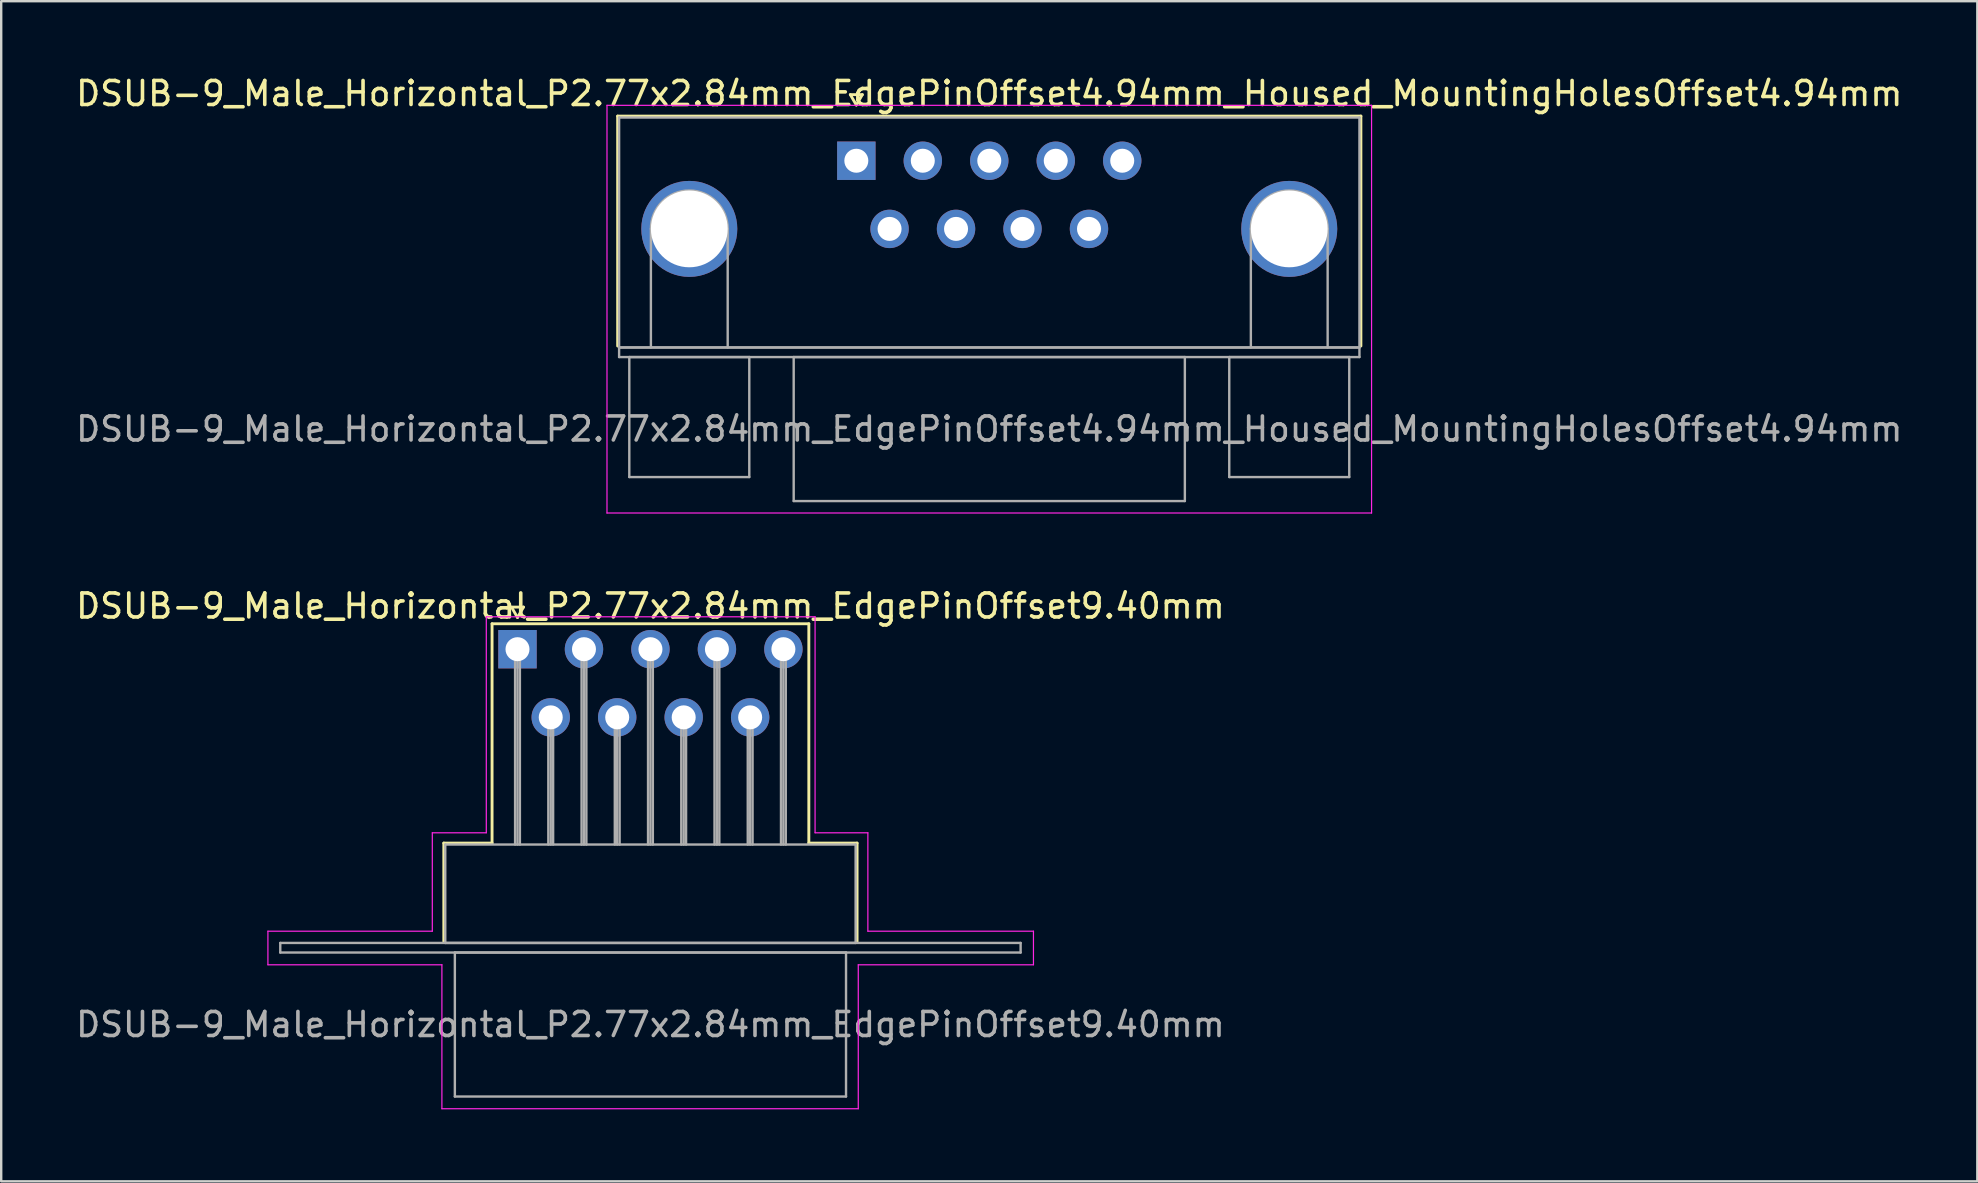
<source format=kicad_pcb>
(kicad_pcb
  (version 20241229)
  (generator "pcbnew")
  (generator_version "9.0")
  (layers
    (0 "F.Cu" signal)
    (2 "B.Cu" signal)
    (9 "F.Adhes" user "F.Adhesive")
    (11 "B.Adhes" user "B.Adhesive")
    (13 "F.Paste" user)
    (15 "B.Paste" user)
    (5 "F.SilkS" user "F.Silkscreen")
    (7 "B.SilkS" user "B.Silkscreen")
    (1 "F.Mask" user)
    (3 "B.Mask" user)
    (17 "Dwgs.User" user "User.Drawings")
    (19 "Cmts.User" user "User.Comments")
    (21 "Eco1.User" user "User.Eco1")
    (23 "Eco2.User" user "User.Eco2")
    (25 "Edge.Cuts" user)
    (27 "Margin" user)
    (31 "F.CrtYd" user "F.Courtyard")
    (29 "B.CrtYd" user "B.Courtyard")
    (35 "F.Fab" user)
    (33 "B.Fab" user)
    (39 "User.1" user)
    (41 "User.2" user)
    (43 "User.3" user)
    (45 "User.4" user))
  (footprint "DSUB-9_Male_Horizontal_P2.77x2.84mm_EdgePinOffset4.94mm_Housed_MountingHolesOffset4.94mm"
    (layer "F.Cu")
    (at 32.633 3.648)
    (property "Reference" "DSUB-9_Male_Horizontal_P2.77x2.84mm_EdgePinOffset4.94mm_Housed_MountingHolesOffset4.94mm" (at 5.54 -2.8 0) (layer "F.SilkS") (effects (font (size 1 1) (thickness 0.15))))
    (attr through_hole)
    (fp_line (start -9.945 -1.86) (end 21.025 -1.86) (stroke (width 0.12) (type solid)) (layer "F.SilkS"))
    (fp_line (start -9.945 7.72) (end -9.945 -1.86) (stroke (width 0.12) (type solid)) (layer "F.SilkS"))
    (fp_line (start -0.25 -2.754) (end 0.25 -2.754) (stroke (width 0.12) (type solid)) (layer "F.SilkS"))
    (fp_line (start 0 -2.321) (end -0.25 -2.754) (stroke (width 0.12) (type solid)) (layer "F.SilkS"))
    (fp_line (start 0.25 -2.754) (end 0 -2.321) (stroke (width 0.12) (type solid)) (layer "F.SilkS"))
    (fp_line (start 21.025 -1.86) (end 21.025 7.72) (stroke (width 0.12) (type solid)) (layer "F.SilkS"))
    (fp_line (start -10.39 -2.31) (end -10.39 14.68) (stroke (width 0.05) (type solid)) (layer "F.CrtYd"))
    (fp_line (start -10.39 14.68) (end 21.47 14.68) (stroke (width 0.05) (type solid)) (layer "F.CrtYd"))
    (fp_line (start 21.47 -2.31) (end -10.39 -2.31) (stroke (width 0.05) (type solid)) (layer "F.CrtYd"))
    (fp_line (start 21.47 14.68) (end 21.47 -2.31) (stroke (width 0.05) (type solid)) (layer "F.CrtYd"))
    (fp_line (start -9.885 -1.8) (end -9.885 7.78) (stroke (width 0.1) (type solid)) (layer "F.Fab"))
    (fp_line (start -9.885 7.78) (end -9.885 8.18) (stroke (width 0.1) (type solid)) (layer "F.Fab"))
    (fp_line (start -9.885 7.78) (end 20.965 7.78) (stroke (width 0.1) (type solid)) (layer "F.Fab"))
    (fp_line (start -9.885 8.18) (end 20.965 8.18) (stroke (width 0.1) (type solid)) (layer "F.Fab"))
    (fp_line (start -9.46 8.18) (end -9.46 13.18) (stroke (width 0.1) (type solid)) (layer "F.Fab"))
    (fp_line (start -9.46 13.18) (end -4.46 13.18) (stroke (width 0.1) (type solid)) (layer "F.Fab"))
    (fp_line (start -8.56 7.78) (end -8.56 2.84) (stroke (width 0.1) (type solid)) (layer "F.Fab"))
    (fp_line (start -5.36 7.78) (end -5.36 2.84) (stroke (width 0.1) (type solid)) (layer "F.Fab"))
    (fp_line (start -4.46 8.18) (end -9.46 8.18) (stroke (width 0.1) (type solid)) (layer "F.Fab"))
    (fp_line (start -4.46 13.18) (end -4.46 8.18) (stroke (width 0.1) (type solid)) (layer "F.Fab"))
    (fp_line (start -2.61 8.18) (end -2.61 14.18) (stroke (width 0.1) (type solid)) (layer "F.Fab"))
    (fp_line (start -2.61 14.18) (end 13.69 14.18) (stroke (width 0.1) (type solid)) (layer "F.Fab"))
    (fp_line (start 13.69 8.18) (end -2.61 8.18) (stroke (width 0.1) (type solid)) (layer "F.Fab"))
    (fp_line (start 13.69 14.18) (end 13.69 8.18) (stroke (width 0.1) (type solid)) (layer "F.Fab"))
    (fp_line (start 15.54 8.18) (end 15.54 13.18) (stroke (width 0.1) (type solid)) (layer "F.Fab"))
    (fp_line (start 15.54 13.18) (end 20.54 13.18) (stroke (width 0.1) (type solid)) (layer "F.Fab"))
    (fp_line (start 16.44 7.78) (end 16.44 2.84) (stroke (width 0.1) (type solid)) (layer "F.Fab"))
    (fp_line (start 19.64 7.78) (end 19.64 2.84) (stroke (width 0.1) (type solid)) (layer "F.Fab"))
    (fp_line (start 20.54 8.18) (end 15.54 8.18) (stroke (width 0.1) (type solid)) (layer "F.Fab"))
    (fp_line (start 20.54 13.18) (end 20.54 8.18) (stroke (width 0.1) (type solid)) (layer "F.Fab"))
    (fp_line (start 20.965 -1.8) (end -9.885 -1.8) (stroke (width 0.1) (type solid)) (layer "F.Fab"))
    (fp_line (start 20.965 7.78) (end -9.885 7.78) (stroke (width 0.1) (type solid)) (layer "F.Fab"))
    (fp_line (start 20.965 7.78) (end 20.965 -1.8) (stroke (width 0.1) (type solid)) (layer "F.Fab"))
    (fp_line (start 20.965 8.18) (end 20.965 7.78) (stroke (width 0.1) (type solid)) (layer "F.Fab"))
    (fp_arc (start -8.56 2.84) (mid -6.96 1.24) (end -5.36 2.84) (stroke (width 0.1) (type solid)) (layer "F.Fab"))
    (fp_arc (start 16.44 2.84) (mid 18.04 1.24) (end 19.64 2.84) (stroke (width 0.1) (type solid)) (layer "F.Fab"))
    (fp_text user "${REFERENCE}" (at 5.54 11.18 0) (layer "F.Fab") (effects (font (size 1 1) (thickness 0.15))))
    (pad "0" thru_hole circle (at -6.96 2.84) (size 4 4) (drill 3.2) (layers "*.Cu" "*.Mask"))
    (pad "0" thru_hole circle (at 18.04 2.84) (size 4 4) (drill 3.2) (layers "*.Cu" "*.Mask"))
    (pad "1" thru_hole rect (at 0 0) (size 1.6 1.6) (drill 1) (layers "*.Cu" "*.Mask"))
    (pad "2" thru_hole circle (at 2.77 0) (size 1.6 1.6) (drill 1) (layers "*.Cu" "*.Mask"))
    (pad "3" thru_hole circle (at 5.54 0) (size 1.6 1.6) (drill 1) (layers "*.Cu" "*.Mask"))
    (pad "4" thru_hole circle (at 8.31 0) (size 1.6 1.6) (drill 1) (layers "*.Cu" "*.Mask"))
    (pad "5" thru_hole circle (at 11.08 0) (size 1.6 1.6) (drill 1) (layers "*.Cu" "*.Mask"))
    (pad "6" thru_hole circle (at 1.385 2.84) (size 1.6 1.6) (drill 1) (layers "*.Cu" "*.Mask"))
    (pad "7" thru_hole circle (at 4.155 2.84) (size 1.6 1.6) (drill 1) (layers "*.Cu" "*.Mask"))
    (pad "8" thru_hole circle (at 6.925 2.84) (size 1.6 1.6) (drill 1) (layers "*.Cu" "*.Mask"))
    (pad "9" thru_hole circle (at 9.695 2.84) (size 1.6 1.6) (drill 1) (layers "*.Cu" "*.Mask")))
  (footprint "DSUB-9_Male_Horizontal_P2.77x2.84mm_EdgePinOffset9.40mm"
    (layer "F.Cu")
    (at 18.514 24.002)
    (property "Reference" "DSUB-9_Male_Horizontal_P2.77x2.84mm_EdgePinOffset9.40mm" (at 5.54 -1.8 0) (layer "F.SilkS") (effects (font (size 1 1) (thickness 0.15))))
    (attr through_hole)
    (fp_line (start -3.07 8.08) (end -1.06 8.08) (stroke (width 0.12) (type solid)) (layer "F.SilkS"))
    (fp_line (start -3.07 12.18) (end -3.07 8.08) (stroke (width 0.12) (type solid)) (layer "F.SilkS"))
    (fp_line (start -1.06 -1.06) (end 12.14 -1.06) (stroke (width 0.12) (type solid)) (layer "F.SilkS"))
    (fp_line (start -1.06 8.08) (end -1.06 -1.06) (stroke (width 0.12) (type solid)) (layer "F.SilkS"))
    (fp_line (start -0.25 -1.754) (end 0.25 -1.754) (stroke (width 0.12) (type solid)) (layer "F.SilkS"))
    (fp_line (start 0 -1.321) (end -0.25 -1.754) (stroke (width 0.12) (type solid)) (layer "F.SilkS"))
    (fp_line (start 0.25 -1.754) (end 0 -1.321) (stroke (width 0.12) (type solid)) (layer "F.SilkS"))
    (fp_line (start 12.14 -1.06) (end 12.14 8.08) (stroke (width 0.12) (type solid)) (layer "F.SilkS"))
    (fp_line (start 12.14 8.08) (end 14.15 8.08) (stroke (width 0.12) (type solid)) (layer "F.SilkS"))
    (fp_line (start 14.15 8.08) (end 14.15 12.18) (stroke (width 0.12) (type solid)) (layer "F.SilkS"))
    (fp_line (start -10.4 11.75) (end -3.55 11.75) (stroke (width 0.05) (type solid)) (layer "F.CrtYd"))
    (fp_line (start -10.4 13.15) (end -10.4 11.75) (stroke (width 0.05) (type solid)) (layer "F.CrtYd"))
    (fp_line (start -3.55 7.65) (end -1.3 7.65) (stroke (width 0.05) (type solid)) (layer "F.CrtYd"))
    (fp_line (start -3.55 11.75) (end -3.55 7.65) (stroke (width 0.05) (type solid)) (layer "F.CrtYd"))
    (fp_line (start -3.15 13.15) (end -10.4 13.15) (stroke (width 0.05) (type solid)) (layer "F.CrtYd"))
    (fp_line (start -3.15 19.15) (end -3.15 13.15) (stroke (width 0.05) (type solid)) (layer "F.CrtYd"))
    (fp_line (start -1.3 -1.35) (end 12.4 -1.35) (stroke (width 0.05) (type solid)) (layer "F.CrtYd"))
    (fp_line (start -1.3 7.65) (end -1.3 -1.35) (stroke (width 0.05) (type solid)) (layer "F.CrtYd"))
    (fp_line (start 12.4 -1.35) (end 12.4 7.65) (stroke (width 0.05) (type solid)) (layer "F.CrtYd"))
    (fp_line (start 12.4 7.65) (end 14.6 7.65) (stroke (width 0.05) (type solid)) (layer "F.CrtYd"))
    (fp_line (start 14.2 13.15) (end 14.2 19.15) (stroke (width 0.05) (type solid)) (layer "F.CrtYd"))
    (fp_line (start 14.2 19.15) (end -3.15 19.15) (stroke (width 0.05) (type solid)) (layer "F.CrtYd"))
    (fp_line (start 14.6 7.65) (end 14.6 11.75) (stroke (width 0.05) (type solid)) (layer "F.CrtYd"))
    (fp_line (start 14.6 11.75) (end 21.5 11.75) (stroke (width 0.05) (type solid)) (layer "F.CrtYd"))
    (fp_line (start 21.5 11.75) (end 21.5 13.15) (stroke (width 0.05) (type solid)) (layer "F.CrtYd"))
    (fp_line (start 21.5 13.15) (end 14.2 13.15) (stroke (width 0.05) (type solid)) (layer "F.CrtYd"))
    (fp_line (start -9.885 12.24) (end -9.885 12.64) (stroke (width 0.1) (type solid)) (layer "F.Fab"))
    (fp_line (start -9.885 12.64) (end 20.965 12.64) (stroke (width 0.1) (type solid)) (layer "F.Fab"))
    (fp_line (start -3.01 8.14) (end -3.01 12.24) (stroke (width 0.1) (type solid)) (layer "F.Fab"))
    (fp_line (start -3.01 12.24) (end 14.09 12.24) (stroke (width 0.1) (type solid)) (layer "F.Fab"))
    (fp_line (start -2.61 12.64) (end -2.61 18.64) (stroke (width 0.1) (type solid)) (layer "F.Fab"))
    (fp_line (start -2.61 18.64) (end 13.69 18.64) (stroke (width 0.1) (type solid)) (layer "F.Fab"))
    (fp_line (start -0.1 0) (end -0.1 8.14) (stroke (width 0.1) (type solid)) (layer "F.Fab"))
    (fp_line (start 0 0) (end 0 8.14) (stroke (width 0.1) (type solid)) (layer "F.Fab"))
    (fp_line (start 0.1 0) (end 0.1 8.14) (stroke (width 0.1) (type solid)) (layer "F.Fab"))
    (fp_line (start 1.285 2.84) (end 1.285 8.14) (stroke (width 0.1) (type solid)) (layer "F.Fab"))
    (fp_line (start 1.385 2.84) (end 1.385 8.14) (stroke (width 0.1) (type solid)) (layer "F.Fab"))
    (fp_line (start 1.485 2.84) (end 1.485 8.14) (stroke (width 0.1) (type solid)) (layer "F.Fab"))
    (fp_line (start 2.67 0) (end 2.67 8.14) (stroke (width 0.1) (type solid)) (layer "F.Fab"))
    (fp_line (start 2.77 0) (end 2.77 8.14) (stroke (width 0.1) (type solid)) (layer "F.Fab"))
    (fp_line (start 2.87 0) (end 2.87 8.14) (stroke (width 0.1) (type solid)) (layer "F.Fab"))
    (fp_line (start 4.055 2.84) (end 4.055 8.14) (stroke (width 0.1) (type solid)) (layer "F.Fab"))
    (fp_line (start 4.155 2.84) (end 4.155 8.14) (stroke (width 0.1) (type solid)) (layer "F.Fab"))
    (fp_line (start 4.255 2.84) (end 4.255 8.14) (stroke (width 0.1) (type solid)) (layer "F.Fab"))
    (fp_line (start 5.44 0) (end 5.44 8.14) (stroke (width 0.1) (type solid)) (layer "F.Fab"))
    (fp_line (start 5.54 0) (end 5.54 8.14) (stroke (width 0.1) (type solid)) (layer "F.Fab"))
    (fp_line (start 5.64 0) (end 5.64 8.14) (stroke (width 0.1) (type solid)) (layer "F.Fab"))
    (fp_line (start 6.825 2.84) (end 6.825 8.14) (stroke (width 0.1) (type solid)) (layer "F.Fab"))
    (fp_line (start 6.925 2.84) (end 6.925 8.14) (stroke (width 0.1) (type solid)) (layer "F.Fab"))
    (fp_line (start 7.025 2.84) (end 7.025 8.14) (stroke (width 0.1) (type solid)) (layer "F.Fab"))
    (fp_line (start 8.21 0) (end 8.21 8.14) (stroke (width 0.1) (type solid)) (layer "F.Fab"))
    (fp_line (start 8.31 0) (end 8.31 8.14) (stroke (width 0.1) (type solid)) (layer "F.Fab"))
    (fp_line (start 8.41 0) (end 8.41 8.14) (stroke (width 0.1) (type solid)) (layer "F.Fab"))
    (fp_line (start 9.595 2.84) (end 9.595 8.14) (stroke (width 0.1) (type solid)) (layer "F.Fab"))
    (fp_line (start 9.695 2.84) (end 9.695 8.14) (stroke (width 0.1) (type solid)) (layer "F.Fab"))
    (fp_line (start 9.795 2.84) (end 9.795 8.14) (stroke (width 0.1) (type solid)) (layer "F.Fab"))
    (fp_line (start 10.98 0) (end 10.98 8.14) (stroke (width 0.1) (type solid)) (layer "F.Fab"))
    (fp_line (start 11.08 0) (end 11.08 8.14) (stroke (width 0.1) (type solid)) (layer "F.Fab"))
    (fp_line (start 11.18 0) (end 11.18 8.14) (stroke (width 0.1) (type solid)) (layer "F.Fab"))
    (fp_line (start 13.69 12.64) (end -2.61 12.64) (stroke (width 0.1) (type solid)) (layer "F.Fab"))
    (fp_line (start 13.69 18.64) (end 13.69 12.64) (stroke (width 0.1) (type solid)) (layer "F.Fab"))
    (fp_line (start 14.09 8.14) (end -3.01 8.14) (stroke (width 0.1) (type solid)) (layer "F.Fab"))
    (fp_line (start 14.09 12.24) (end 14.09 8.14) (stroke (width 0.1) (type solid)) (layer "F.Fab"))
    (fp_line (start 20.965 12.24) (end -9.885 12.24) (stroke (width 0.1) (type solid)) (layer "F.Fab"))
    (fp_line (start 20.965 12.64) (end 20.965 12.24) (stroke (width 0.1) (type solid)) (layer "F.Fab"))
    (fp_text user "${REFERENCE}" (at 5.54 15.64 0) (layer "F.Fab") (effects (font (size 1 1) (thickness 0.15))))
    (pad "1" thru_hole rect (at 0 0) (size 1.6 1.6) (drill 1) (layers "*.Cu" "*.Mask"))
    (pad "2" thru_hole circle (at 2.77 0) (size 1.6 1.6) (drill 1) (layers "*.Cu" "*.Mask"))
    (pad "3" thru_hole circle (at 5.54 0) (size 1.6 1.6) (drill 1) (layers "*.Cu" "*.Mask"))
    (pad "4" thru_hole circle (at 8.31 0) (size 1.6 1.6) (drill 1) (layers "*.Cu" "*.Mask"))
    (pad "5" thru_hole circle (at 11.08 0) (size 1.6 1.6) (drill 1) (layers "*.Cu" "*.Mask"))
    (pad "6" thru_hole circle (at 1.385 2.84) (size 1.6 1.6) (drill 1) (layers "*.Cu" "*.Mask"))
    (pad "7" thru_hole circle (at 4.155 2.84) (size 1.6 1.6) (drill 1) (layers "*.Cu" "*.Mask"))
    (pad "8" thru_hole circle (at 6.925 2.84) (size 1.6 1.6) (drill 1) (layers "*.Cu" "*.Mask"))
    (pad "9" thru_hole circle (at 9.695 2.84) (size 1.6 1.6) (drill 1) (layers "*.Cu" "*.Mask")))
  (gr_rect
    (start -3 -3)
    (end 79.345 46.176)
    (stroke (width 0.1) (type default))
    (fill no)
    (layer "Edge.Cuts")))
</source>
